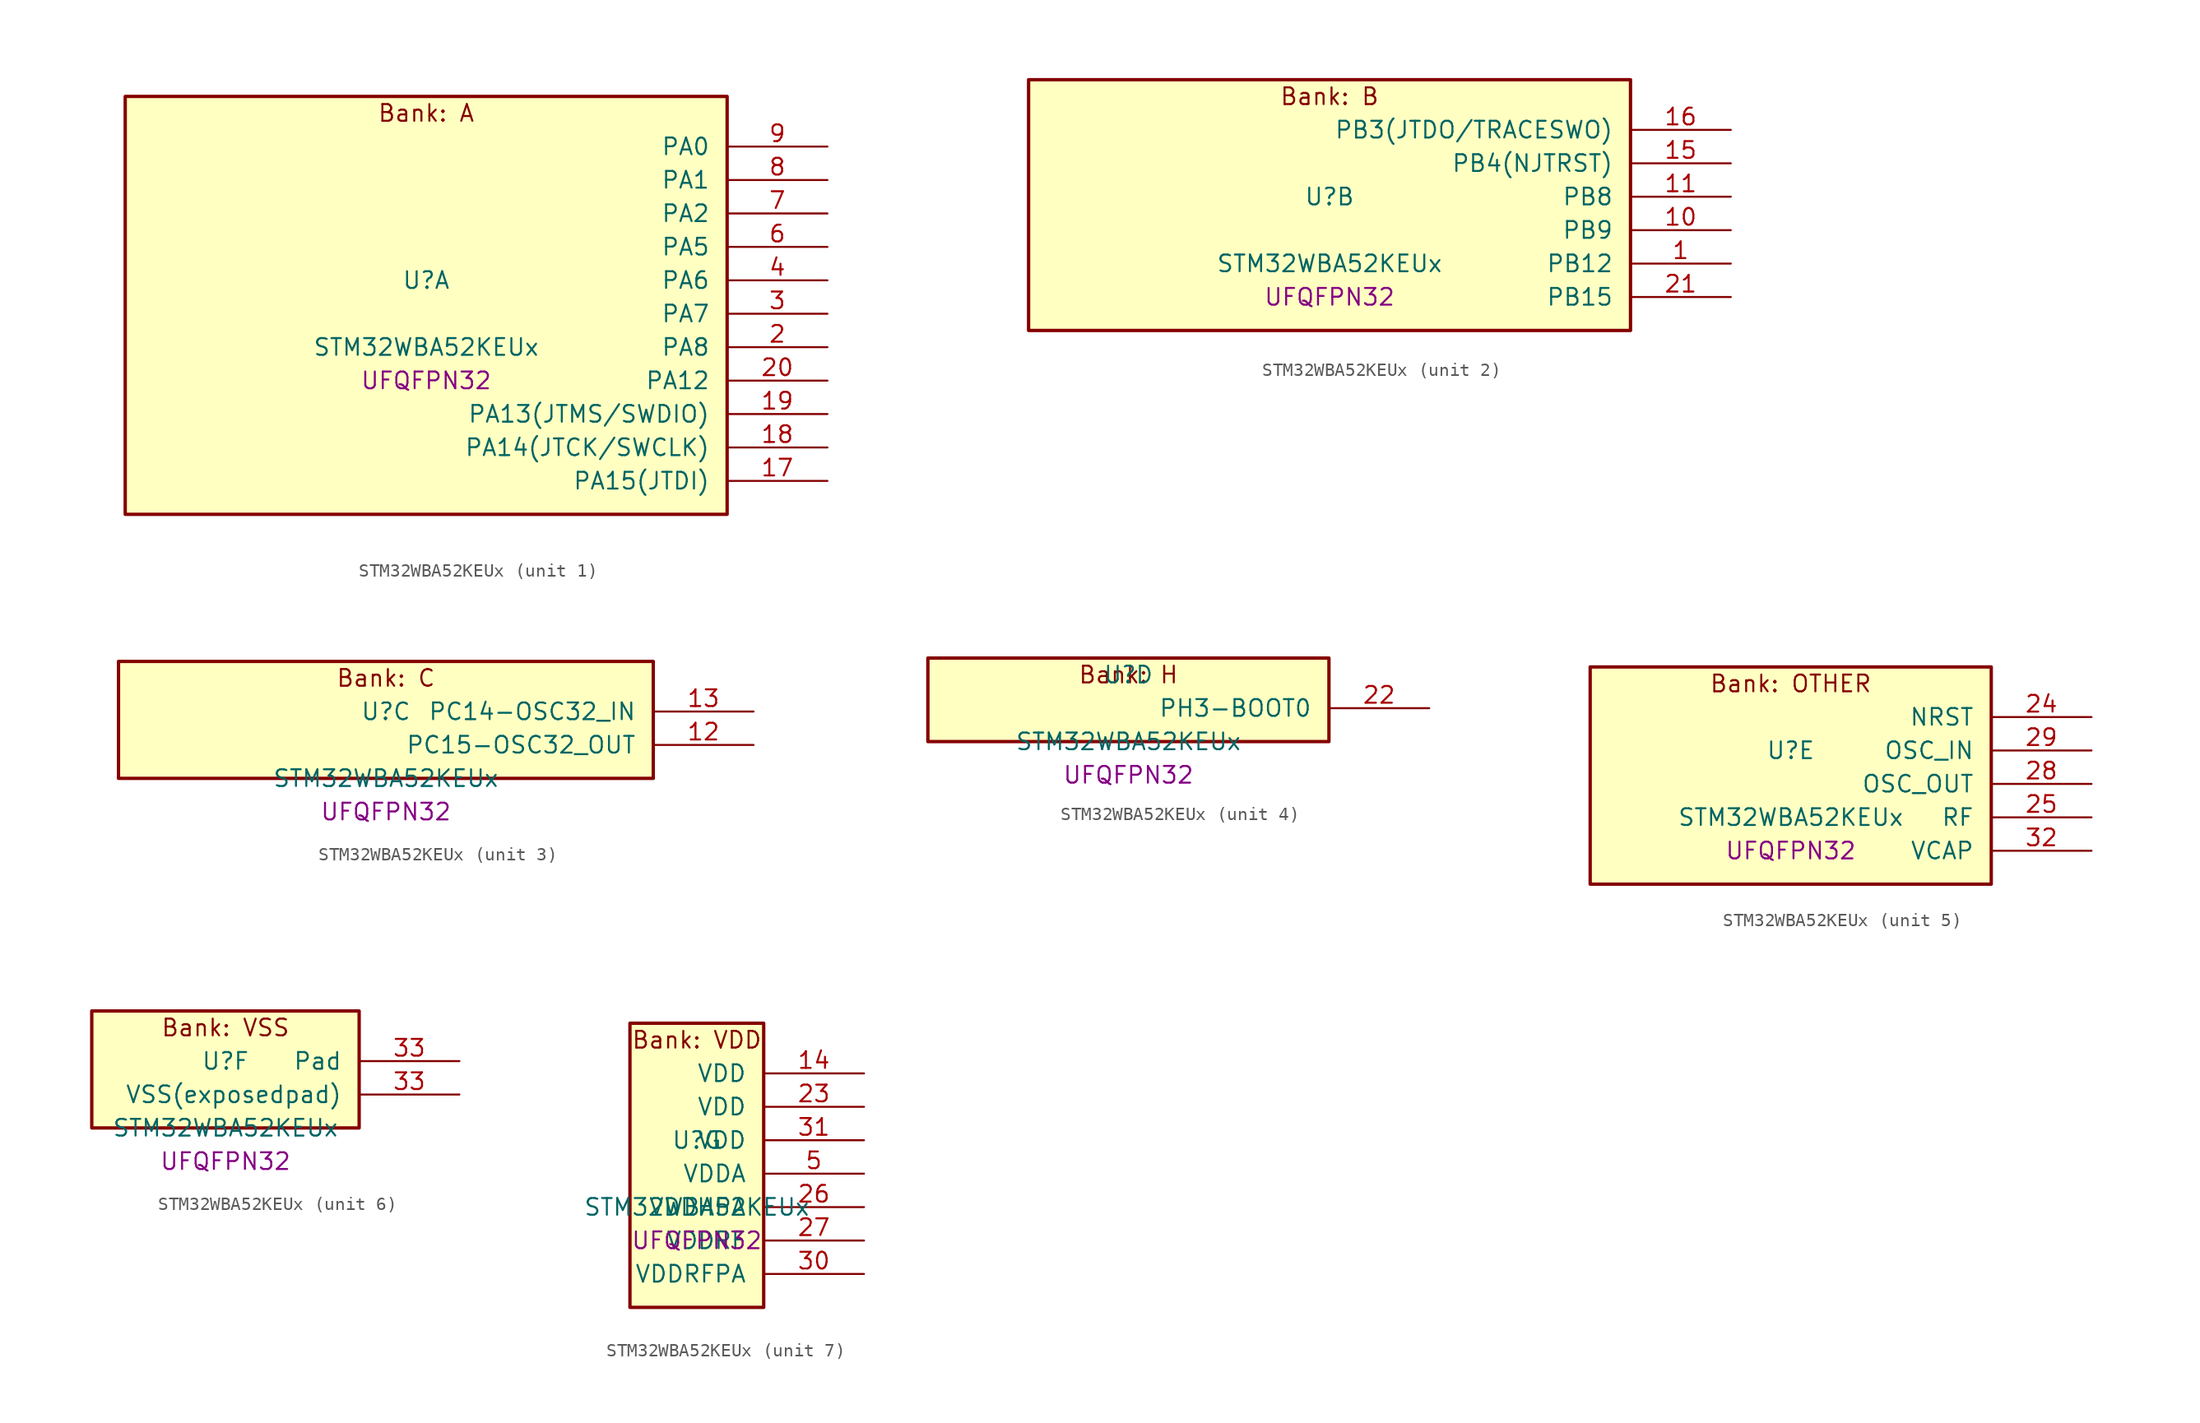
<source format=kicad_sym>
(kicad_symbol_lib
  (version 20241209)
  (generator "stm32_pkl_generator")
  (generator_version "1.0")
  (symbol "STM32WBA52KEUx"
    (pin_names
      (offset 1.27))
    (property "Reference" "U"
      (at 0 2.54 0))
    (property "Value" "STM32WBA52KEUx"
      (at 0 -2.54 0))
    (property "Footprint" "UFQFPN32"
      (at 0 -5.08 0))
    (symbol "STM32WBA52KEUx_1_1"
      (rectangle (start -22.86 16.51) (end 22.86 -15.24) (stroke (width 0.254) (type solid)) (fill (type background)))
      (text "Bank: A" (at 0 15.24 0))
      (pin bidirectional line (at 30.48 12.7 180) (length 7.62) (name "PA0") (number "9") (alternate "PA0/ADC4_IN9" bidirectional line) (alternate "PA0/LPTIM1_IN1" bidirectional line) (alternate "PA0/LPUART1_CTS" bidirectional line) (alternate "PA0/PWR_WKUP1" bidirectional line) (alternate "PA0/SPI3_SCK" bidirectional line) (alternate "PA0/TIM1_CH2N" bidirectional line) (alternate "PA0/TIM3_CH3" bidirectional line) (alternate "PA0/TIM3_ETR" bidirectional line) (alternate "PA0/TSC_G2_IO2" bidirectional line))
      (pin bidirectional line (at 30.48 10.16 180) (length 7.62) (name "PA1") (number "8") (alternate "PA1/ADC4_IN8" bidirectional line) (alternate "PA1/LPTIM2_CH2" bidirectional line) (alternate "PA1/LPUART1_RX" bidirectional line) (alternate "PA1/PWR_WKUP3" bidirectional line) (alternate "PA1/SPI1_RDY" bidirectional line) (alternate "PA1/TIM17_CH1" bidirectional line) (alternate "PA1/TIM1_CH1N" bidirectional line) (alternate "PA1/TIM3_CH2" bidirectional line) (alternate "PA1/TSC_G2_IO1" bidirectional line) (alternate "PA1/USART1_CK" bidirectional line))
      (pin bidirectional line (at 30.48 7.62 180) (length 7.62) (name "PA2") (number "7") (alternate "PA2/ADC4_IN7" bidirectional line) (alternate "PA2/LPUART1_TX" bidirectional line) (alternate "PA2/PWR_WKUP4" bidirectional line) (alternate "PA2/RCC_LSCO" bidirectional line) (alternate "PA2/TIM16_CH1" bidirectional line) (alternate "PA2/TIM1_BKIN" bidirectional line) (alternate "PA2/TIM3_CH1" bidirectional line) (alternate "PA2/TSC_G4_IO4" bidirectional line) (alternate "PA2/USART1_DE" bidirectional line) (alternate "PA2/USART1_RTS" bidirectional line))
      (pin bidirectional line (at 30.48 5.08 180) (length 7.62) (name "PA5") (number "6") (alternate "PA5/ADC4_IN4" bidirectional line) (alternate "PA5/LPTIM2_ETR" bidirectional line) (alternate "PA5/PWR_CSLEEP" bidirectional line) (alternate "PA5/PWR_WKUP6" bidirectional line) (alternate "PA5/SPI3_NSS" bidirectional line) (alternate "PA5/TIM2_CH1" bidirectional line) (alternate "PA5/TIM2_ETR" bidirectional line) (alternate "PA5/TSC_G1_IO4" bidirectional line) (alternate "PA5/USART1_CK" bidirectional line))
      (pin bidirectional line (at 30.48 2.54 180) (length 7.62) (name "PA6") (number "4") (alternate "PA6/ADC4_IN3" bidirectional line) (alternate "PA6/I2C3_SCL" bidirectional line) (alternate "PA6/PWR_CSTOP" bidirectional line) (alternate "PA6/PWR_WKUP7" bidirectional line) (alternate "PA6/SPI3_RDY" bidirectional line) (alternate "PA6/TIM2_CH4" bidirectional line) (alternate "PA6/TSC_G1_IO3" bidirectional line) (alternate "PA6/USART1_DE" bidirectional line) (alternate "PA6/USART1_RTS" bidirectional line))
      (pin bidirectional line (at 30.48 0 180) (length 7.62) (name "PA7") (number "3") (alternate "PA7/ADC4_IN2" bidirectional line) (alternate "PA7/I2C3_SDA" bidirectional line) (alternate "PA7/PWR_WKUP8" bidirectional line) (alternate "PA7/TAMP_IN1" bidirectional line) (alternate "PA7/TAMP_OUT2" bidirectional line) (alternate "PA7/TIM2_CH3" bidirectional line) (alternate "PA7/TSC_G1_IO2" bidirectional line) (alternate "PA7/USART1_CTS" bidirectional line))
      (pin bidirectional line (at 30.48 -2.54 180) (length 7.62) (name "PA8") (number "2") (alternate "PA8/ADC4_IN1" bidirectional line) (alternate "PA8/LPTIM1_CH2" bidirectional line) (alternate "PA8/RCC_MCO" bidirectional line) (alternate "PA8/SPI3_RDY" bidirectional line) (alternate "PA8/TIM2_CH2" bidirectional line) (alternate "PA8/TSC_G1_IO1" bidirectional line) (alternate "PA8/USART1_RX" bidirectional line))
      (pin bidirectional line (at 30.48 -5.08 180) (length 7.62) (name "PA12") (number "20") (alternate "PA12/PWR_WKUP6" bidirectional line) (alternate "PA12/RF_ANTSW0" bidirectional line) (alternate "PA12/SPI1_NSS" bidirectional line) (alternate "PA12/TIM1_CH2" bidirectional line) (alternate "PA12/TSC_G3_IO4" bidirectional line) (alternate "PA12/USART2_TX" bidirectional line))
      (pin bidirectional line (at 30.48 -7.62 180) (length 7.62) (name "PA13(JTMS/SWDIO)") (number "19") (alternate "PA13(JTMS/SWDIO)/DEBUG_JTMS-SWDIO" bidirectional line) (alternate "PA13(JTMS/SWDIO)/IR_OUT" bidirectional line))
      (pin bidirectional line (at 30.48 -10.16 180) (length 7.62) (name "PA14(JTCK/SWCLK)") (number "18") (alternate "PA14(JTCK/SWCLK)/DEBUG_JTCK-SWCLK" bidirectional line) (alternate "PA14(JTCK/SWCLK)/TAMP_IN3" bidirectional line) (alternate "PA14(JTCK/SWCLK)/TAMP_OUT6" bidirectional line) (alternate "PA14(JTCK/SWCLK)/USART2_TX" bidirectional line))
      (pin bidirectional line (at 30.48 -12.7 180) (length 7.62) (name "PA15(JTDI)") (number "17") (alternate "PA15(JTDI)/ADC4_EXTI15" bidirectional line) (alternate "PA15(JTDI)/DEBUG_JTDI" bidirectional line) (alternate "PA15(JTDI)/I2C1_SCL" bidirectional line) (alternate "PA15(JTDI)/LPTIM1_CH2" bidirectional line) (alternate "PA15(JTDI)/SPI1_MOSI" bidirectional line) (alternate "PA15(JTDI)/TIM17_BKIN" bidirectional line) (alternate "PA15(JTDI)/TIM1_ETR" bidirectional line) (alternate "PA15(JTDI)/TSC_G3_IO3" bidirectional line) (alternate "PA15(JTDI)/USART2_DE" bidirectional line) (alternate "PA15(JTDI)/USART2_RTS" bidirectional line)))
    (symbol "STM32WBA52KEUx_2_1"
      (rectangle (start -22.86 11.43) (end 22.86 -7.62) (stroke (width 0.254) (type solid)) (fill (type background)))
      (text "Bank: B" (at 0 10.16 0))
      (pin bidirectional line (at 30.48 7.62 180) (length 7.62) (name "PB3(JTDO/TRACESWO)") (number "16") (alternate "PB3(JTDO/TRACESWO)/DEBUG_JTDO-SWO" bidirectional line) (alternate "PB3(JTDO/TRACESWO)/I2C1_SDA" bidirectional line) (alternate "PB3(JTDO/TRACESWO)/LPTIM1_IN2" bidirectional line) (alternate "PB3(JTDO/TRACESWO)/SPI1_MISO" bidirectional line) (alternate "PB3(JTDO/TRACESWO)/TIM17_CH1N" bidirectional line) (alternate "PB3(JTDO/TRACESWO)/TIM1_CH4" bidirectional line) (alternate "PB3(JTDO/TRACESWO)/TSC_G3_IO2" bidirectional line) (alternate "PB3(JTDO/TRACESWO)/USART2_CK" bidirectional line))
      (pin bidirectional line (at 30.48 5.08 180) (length 7.62) (name "PB4(NJTRST)") (number "15") (alternate "PB4(NJTRST)/DEBUG_JTRST" bidirectional line) (alternate "PB4(NJTRST)/LPTIM2_IN2" bidirectional line) (alternate "PB4(NJTRST)/SPI1_SCK" bidirectional line) (alternate "PB4(NJTRST)/TIM17_CH1" bidirectional line) (alternate "PB4(NJTRST)/TIM1_CH3" bidirectional line) (alternate "PB4(NJTRST)/TSC_G3_IO1" bidirectional line) (alternate "PB4(NJTRST)/USART2_RX" bidirectional line))
      (pin bidirectional line (at 30.48 2.54 180) (length 7.62) (name "PB8") (number "11") (alternate "PB8/LPTIM1_ETR" bidirectional line) (alternate "PB8/PWR_PVD_IN" bidirectional line) (alternate "PB8/SPI3_MOSI" bidirectional line) (alternate "PB8/TIM16_CH1N" bidirectional line) (alternate "PB8/TIM1_CH1" bidirectional line) (alternate "PB8/TIM3_ETR" bidirectional line) (alternate "PB8/TSC_G2_IO4" bidirectional line) (alternate "PB8/USART2_RX" bidirectional line))
      (pin bidirectional line (at 30.48 0 180) (length 7.62) (name "PB9") (number "10") (alternate "PB9/ADC4_IN10" bidirectional line) (alternate "PB9/IR_OUT" bidirectional line) (alternate "PB9/LPTIM2_IN1" bidirectional line) (alternate "PB9/LPUART1_DE" bidirectional line) (alternate "PB9/LPUART1_RTS" bidirectional line) (alternate "PB9/PWR_WKUP8" bidirectional line) (alternate "PB9/SPI3_MISO" bidirectional line) (alternate "PB9/TIM16_CH1" bidirectional line) (alternate "PB9/TIM1_CH3N" bidirectional line) (alternate "PB9/TIM3_CH4" bidirectional line) (alternate "PB9/TSC_G2_IO3" bidirectional line))
      (pin bidirectional line (at 30.48 -2.54 180) (length 7.62) (name "PB12") (number "1") (alternate "PB12/SPI1_RDY" bidirectional line) (alternate "PB12/TIM2_CH1" bidirectional line) (alternate "PB12/TIM2_ETR" bidirectional line) (alternate "PB12/TIM3_ETR" bidirectional line) (alternate "PB12/TSC_SYNC" bidirectional line) (alternate "PB12/USART1_TX" bidirectional line))
      (pin bidirectional line (at 30.48 -5.08 180) (length 7.62) (name "PB15") (number "21") (alternate "PB15/ADC4_EXTI15" bidirectional line) (alternate "PB15/I2C1_SMBA" bidirectional line) (alternate "PB15/I2C3_SMBA" bidirectional line) (alternate "PB15/LPUART1_CTS" bidirectional line) (alternate "PB15/TIM16_BKIN" bidirectional line) (alternate "PB15/TIM1_BKIN2" bidirectional line) (alternate "PB15/USART2_CTS" bidirectional line)))
    (symbol "STM32WBA52KEUx_3_1"
      (rectangle (start -20.32 6.35) (end 20.32 -2.54) (stroke (width 0.254) (type solid)) (fill (type background)))
      (text "Bank: C" (at 0 5.08 0))
      (pin bidirectional line (at 27.94 2.54 180) (length 7.62) (name "PC14-OSC32_IN") (number "13") (alternate "PC14-OSC32_IN/RCC_OSC32_IN" bidirectional line))
      (pin bidirectional line (at 27.94 0 180) (length 7.62) (name "PC15-OSC32_OUT") (number "12") (alternate "PC15-OSC32_OUT/ADC4_EXTI15" bidirectional line) (alternate "PC15-OSC32_OUT/RCC_OSC32_OUT" bidirectional line)))
    (symbol "STM32WBA52KEUx_4_1"
      (rectangle (start -15.24 3.81) (end 15.24 -2.54) (stroke (width 0.254) (type solid)) (fill (type background)))
      (text "Bank: H" (at 0 2.54 0))
      (pin bidirectional line (at 22.86 0 180) (length 7.62) (name "PH3-BOOT0") (number "22") (alternate "PH3-BOOT0/TAMP_IN2" bidirectional line) (alternate "PH3-BOOT0/TAMP_OUT1" bidirectional line)))
    (symbol "STM32WBA52KEUx_5_1"
      (rectangle (start -15.24 8.89) (end 15.24 -7.62) (stroke (width 0.254) (type solid)) (fill (type background)))
      (text "Bank: OTHER" (at 0 7.62 0))
      (pin input line (at 22.86 5.08 180) (length 7.62) (name "NRST") (number "24"))
      (pin bidirectional line (at 22.86 2.54 180) (length 7.62) (name "OSC_IN") (number "29") (alternate "OSC_IN/RCC_OSC_IN" bidirectional line))
      (pin bidirectional line (at 22.86 0 180) (length 7.62) (name "OSC_OUT") (number "28") (alternate "OSC_OUT/RCC_OSC_OUT" bidirectional line))
      (pin bidirectional line (at 22.86 -2.54 180) (length 7.62) (name "RF") (number "25"))
      (pin power_in line (at 22.86 -5.08 180) (length 7.62) (name "VCAP") (number "32")))
    (symbol "STM32WBA52KEUx_6_1"
      (rectangle (start -10.16 6.35) (end 10.16 -2.54) (stroke (width 0.254) (type solid)) (fill (type background)))
      (text "Bank: VSS" (at 0 5.08 0))
      (pin passive line (at 17.78 2.54 180) (length 7.62) (name "Pad") (number "33"))
      (pin power_in line (at 17.78 0 180) (length 7.62) (name "VSS(exposedpad)") (number "33")))
    (symbol "STM32WBA52KEUx_7_1"
      (rectangle (start -5.08 11.43) (end 5.08 -10.16) (stroke (width 0.254) (type solid)) (fill (type background)))
      (text "Bank: VDD" (at 0 10.16 0))
      (pin power_in line (at 12.7 7.62 180) (length 7.62) (name "VDD") (number "14"))
      (pin power_in line (at 12.7 5.08 180) (length 7.62) (name "VDD") (number "23"))
      (pin power_in line (at 12.7 2.54 180) (length 7.62) (name "VDD") (number "31"))
      (pin power_in line (at 12.7 0 180) (length 7.62) (name "VDDA") (number "5"))
      (pin power_in line (at 12.7 -2.54 180) (length 7.62) (name "VDDHPA") (number "26"))
      (pin power_in line (at 12.7 -5.08 180) (length 7.62) (name "VDDRF") (number "27"))
      (pin power_in line (at 12.7 -7.62 180) (length 7.62) (name "VDDRFPA") (number "30")))))
</source>
